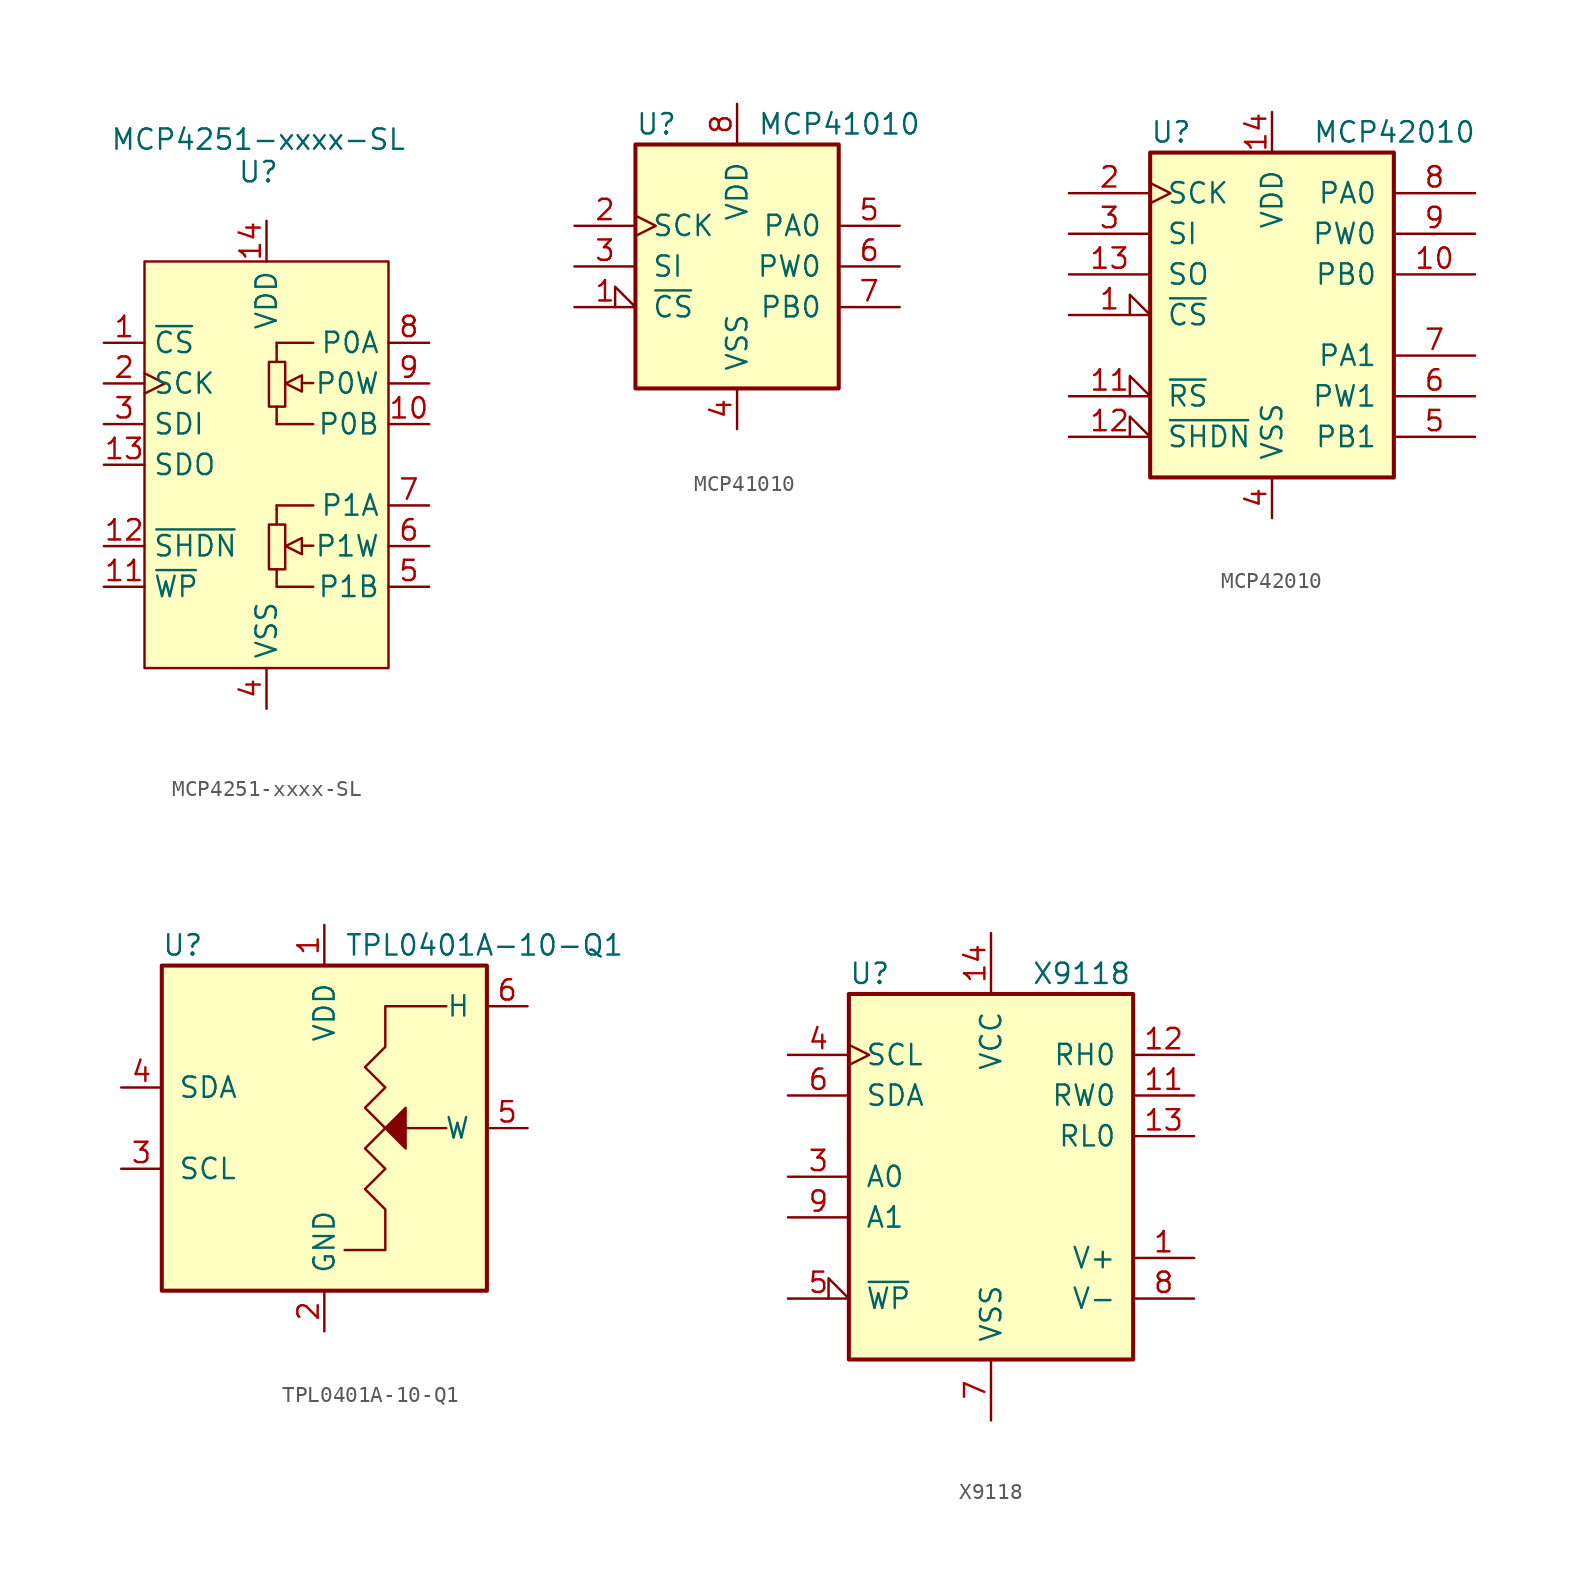
<source format=kicad_sym>
(kicad_symbol_lib
  (version 20220914)
  (generator kicad_symbol_editor)
  (symbol "MCP4251-xxxx-SL"
    (property "Reference" "U"
      (at -0.508 18.288 0)
      (effects (font (size 1.27 1.27))))
    (property "Value" "MCP4251-xxxx-SL"
      (at -0.508 20.32 0)
      (effects (font (size 1.27 1.27))))
    (symbol "MCP4251-xxxx-SL_1_1"
      (polyline (pts (xy 0.635 -7.366) (xy 0.635 -6.528)) (stroke (width 0) (type default)) (fill (type none)))
      (polyline (pts (xy 0.635 -2.769) (xy 0.635 -3.708)) (stroke (width 0) (type default)) (fill (type none)))
      (polyline (pts (xy 0.635 2.794) (xy 0.635 3.632)) (stroke (width 0) (type default)) (fill (type none)))
      (polyline (pts (xy 0.635 7.391) (xy 0.635 6.452)) (stroke (width 0) (type default)) (fill (type none)))
      (polyline (pts (xy 2.21 -5.055) (xy 2.921 -5.055)) (stroke (width 0) (type default)) (fill (type none)))
      (polyline (pts (xy 2.21 5.105) (xy 2.921 5.105)) (stroke (width 0) (type default)) (fill (type none)))
      (polyline (pts (xy 0.635 -7.62) (xy 0.635 -7.366) (xy 0.635 -7.366)) (stroke (width 0) (type default)) (fill (type background)))
      (polyline (pts (xy 0.635 -7.62) (xy 2.921 -7.62) (xy 2.921 -7.62)) (stroke (width 0) (type default)) (fill (type background)))
      (polyline (pts (xy 0.635 -2.54) (xy 0.635 -2.794) (xy 0.635 -2.794)) (stroke (width 0) (type default)) (fill (type none)))
      (polyline (pts (xy 0.635 -2.54) (xy 2.921 -2.54) (xy 2.921 -2.54)) (stroke (width 0) (type default)) (fill (type background)))
      (polyline (pts (xy 0.635 2.54) (xy 0.635 2.794) (xy 0.635 2.794)) (stroke (width 0) (type default)) (fill (type background)))
      (polyline (pts (xy 0.635 2.54) (xy 2.921 2.54) (xy 2.921 2.54)) (stroke (width 0) (type default)) (fill (type background)))
      (polyline (pts (xy 0.635 7.62) (xy 0.635 7.366) (xy 0.635 7.366)) (stroke (width 0) (type default)) (fill (type none)))
      (polyline (pts (xy 0.635 7.62) (xy 2.921 7.62) (xy 2.921 7.62)) (stroke (width 0) (type default)) (fill (type background)))
      (polyline (pts (xy 2.21 -4.572) (xy 2.21 -5.588) (xy 1.194 -5.08) (xy 2.21 -4.572) (xy 2.21 -4.572)) (stroke (width 0) (type default)) (fill (type background)))
      (polyline (pts (xy 2.21 5.588) (xy 2.21 4.572) (xy 1.194 5.08) (xy 2.21 5.588) (xy 2.21 5.588)) (stroke (width 0) (type default)) (fill (type background)))
      (polyline (pts (xy 0 12.7) (xy 7.62 12.7) (xy 7.62 0) (xy 7.62 -12.7) (xy -7.62 -12.7) (xy -7.62 12.7) (xy 0 12.7)) (stroke (width 0) (type default)) (fill (type background)))
      (rectangle (start 0.152 -3.734) (end 1.168 -6.528) (stroke (width 0) (type default)) (fill (type none)))
      (rectangle (start 0.152 6.426) (end 1.168 3.632) (stroke (width 0) (type default)) (fill (type none)))
      (pin input line (at -10.16 7.62 0) (length 2.54) (name "~{CS}" (effects (font (size 1.27 1.27)))) (number "1" (effects (font (size 1.27 1.27)))))
      (pin passive line (at 10.16 2.54 180) (length 2.54) (name "P0B" (effects (font (size 1.27 1.27)))) (number "10" (effects (font (size 1.27 1.27)))))
      (pin input line (at -10.16 -7.62 0) (length 2.54) (name "~{WP}" (effects (font (size 1.27 1.27)))) (number "11" (effects (font (size 1.27 1.27)))))
      (pin input line (at -10.16 -5.08 0) (length 2.54) (name "~{SHDN}" (effects (font (size 1.27 1.27)))) (number "12" (effects (font (size 1.27 1.27)))))
      (pin output line (at -10.16 0 0) (length 2.54) (name "SDO" (effects (font (size 1.27 1.27)))) (number "13" (effects (font (size 1.27 1.27)))))
      (pin power_in line (at 0 15.24 270) (length 2.54) (name "VDD" (effects (font (size 1.27 1.27)))) (number "14" (effects (font (size 1.27 1.27)))))
      (pin input clock (at -10.16 5.08 0) (length 2.54) (name "SCK" (effects (font (size 1.27 1.27)))) (number "2" (effects (font (size 1.27 1.27)))))
      (pin input line (at -10.16 2.54 0) (length 2.54) (name "SDI" (effects (font (size 1.27 1.27)))) (number "3" (effects (font (size 1.27 1.27)))))
      (pin power_in line (at 0 -15.24 90) (length 2.54) (name "VSS" (effects (font (size 1.27 1.27)))) (number "4" (effects (font (size 1.27 1.27)))))
      (pin passive line (at 10.16 -7.62 180) (length 2.54) (name "P1B" (effects (font (size 1.27 1.27)))) (number "5" (effects (font (size 1.27 1.27)))))
      (pin passive line (at 10.16 -5.08 180) (length 2.54) (name "P1W" (effects (font (size 1.27 1.27)))) (number "6" (effects (font (size 1.27 1.27)))))
      (pin passive line (at 10.16 -2.54 180) (length 2.54) (name "P1A" (effects (font (size 1.27 1.27)))) (number "7" (effects (font (size 1.27 1.27)))))
      (pin passive line (at 10.16 7.62 180) (length 2.54) (name "P0A" (effects (font (size 1.27 1.27)))) (number "8" (effects (font (size 1.27 1.27)))))
      (pin passive line (at 10.16 5.08 180) (length 2.54) (name "P0W" (effects (font (size 1.27 1.27)))) (number "9" (effects (font (size 1.27 1.27)))))))
  (symbol "MCP41010"
    (pin_names
      (offset 1.016))
    (property "Reference" "U"
      (at -6.35 8.89 0)
      (effects (font (size 1.27 1.27)) (justify left)))
    (property "Value" "MCP41010"
      (at 1.27 8.89 0)
      (effects (font (size 1.27 1.27)) (justify left)))
    (symbol "MCP41010_0_1"
      (rectangle (start -6.35 7.62) (end 6.35 -7.62) (stroke (width 0.254) (type default)) (fill (type background))))
    (symbol "MCP41010_1_1"
      (pin input input_low (at -10.16 -2.54 0) (length 3.81) (name "~{CS}" (effects (font (size 1.27 1.27)))) (number "1" (effects (font (size 1.27 1.27)))))
      (pin passive clock (at -10.16 2.54 0) (length 3.81) (name "SCK" (effects (font (size 1.27 1.27)))) (number "2" (effects (font (size 1.27 1.27)))))
      (pin input line (at -10.16 0 0) (length 3.81) (name "SI" (effects (font (size 1.27 1.27)))) (number "3" (effects (font (size 1.27 1.27)))))
      (pin power_in line (at 0 -10.16 90) (length 2.54) (name "VSS" (effects (font (size 1.27 1.27)))) (number "4" (effects (font (size 1.27 1.27)))))
      (pin passive line (at 10.16 2.54 180) (length 3.81) (name "PA0" (effects (font (size 1.27 1.27)))) (number "5" (effects (font (size 1.27 1.27)))))
      (pin passive line (at 10.16 0 180) (length 3.81) (name "PW0" (effects (font (size 1.27 1.27)))) (number "6" (effects (font (size 1.27 1.27)))))
      (pin passive line (at 10.16 -2.54 180) (length 3.81) (name "PB0" (effects (font (size 1.27 1.27)))) (number "7" (effects (font (size 1.27 1.27)))))
      (pin power_in line (at 0 10.16 270) (length 2.54) (name "VDD" (effects (font (size 1.27 1.27)))) (number "8" (effects (font (size 1.27 1.27)))))))
  (symbol "MCP42010"
    (pin_names
      (offset 1.016))
    (property "Reference" "U"
      (at -7.62 11.43 0)
      (effects (font (size 1.27 1.27)) (justify left)))
    (property "Value" "MCP42010"
      (at 2.54 11.43 0)
      (effects (font (size 1.27 1.27)) (justify left)))
    (symbol "MCP42010_0_1"
      (rectangle (start -7.62 10.16) (end 7.62 -10.16) (stroke (width 0.254) (type default)) (fill (type background))))
    (symbol "MCP42010_1_1"
      (pin input input_low (at -12.7 0 0) (length 5.08) (name "~{CS}" (effects (font (size 1.27 1.27)))) (number "1" (effects (font (size 1.27 1.27)))))
      (pin passive line (at 12.7 2.54 180) (length 5.08) (name "PB0" (effects (font (size 1.27 1.27)))) (number "10" (effects (font (size 1.27 1.27)))))
      (pin input input_low (at -12.7 -5.08 0) (length 5.08) (name "~{RS}" (effects (font (size 1.27 1.27)))) (number "11" (effects (font (size 1.27 1.27)))))
      (pin input input_low (at -12.7 -7.62 0) (length 5.08) (name "~{SHDN}" (effects (font (size 1.27 1.27)))) (number "12" (effects (font (size 1.27 1.27)))))
      (pin output line (at -12.7 2.54 0) (length 5.08) (name "SO" (effects (font (size 1.27 1.27)))) (number "13" (effects (font (size 1.27 1.27)))))
      (pin power_in line (at 0 12.7 270) (length 2.54) (name "VDD" (effects (font (size 1.27 1.27)))) (number "14" (effects (font (size 1.27 1.27)))))
      (pin input clock (at -12.7 7.62 0) (length 5.08) (name "SCK" (effects (font (size 1.27 1.27)))) (number "2" (effects (font (size 1.27 1.27)))))
      (pin input line (at -12.7 5.08 0) (length 5.08) (name "SI" (effects (font (size 1.27 1.27)))) (number "3" (effects (font (size 1.27 1.27)))))
      (pin power_in line (at 0 -12.7 90) (length 2.54) (name "VSS" (effects (font (size 1.27 1.27)))) (number "4" (effects (font (size 1.27 1.27)))))
      (pin passive line (at 12.7 -7.62 180) (length 5.08) (name "PB1" (effects (font (size 1.27 1.27)))) (number "5" (effects (font (size 1.27 1.27)))))
      (pin passive line (at 12.7 -5.08 180) (length 5.08) (name "PW1" (effects (font (size 1.27 1.27)))) (number "6" (effects (font (size 1.27 1.27)))))
      (pin passive line (at 12.7 -2.54 180) (length 5.08) (name "PA1" (effects (font (size 1.27 1.27)))) (number "7" (effects (font (size 1.27 1.27)))))
      (pin passive line (at 12.7 7.62 180) (length 5.08) (name "PA0" (effects (font (size 1.27 1.27)))) (number "8" (effects (font (size 1.27 1.27)))))
      (pin passive line (at 12.7 5.08 180) (length 5.08) (name "PW0" (effects (font (size 1.27 1.27)))) (number "9" (effects (font (size 1.27 1.27)))))))
  (symbol "TPL0401A-10-Q1"
    (pin_names
      (offset 1.016))
    (property "Reference" "U"
      (at -10.16 11.43 0)
      (effects (font (size 1.27 1.27)) (justify left)))
    (property "Value" "TPL0401A-10-Q1"
      (at 1.27 11.43 0)
      (effects (font (size 1.27 1.27)) (justify left)))
    (symbol "TPL0401A-10-Q1_0_1"
      (polyline (pts (xy 7.62 0) (xy 5.08 0)) (stroke (width 0) (type default)) (fill (type none)))
      (polyline (pts (xy 5.08 -1.27) (xy 5.08 1.27) (xy 3.81 0) (xy 5.08 -1.27) (xy 5.08 -1.27)) (stroke (width 0) (type default)) (fill (type outline)))
      (polyline (pts (xy 7.62 7.62) (xy 3.81 7.62) (xy 3.81 5.08) (xy 2.54 3.81) (xy 3.81 2.54) (xy 2.54 1.27) (xy 3.81 0) (xy 2.54 -1.27) (xy 3.81 -2.54) (xy 2.54 -3.81) (xy 3.81 -5.08) (xy 3.81 -7.62) (xy 1.27 -7.62)) (stroke (width 0) (type default)) (fill (type none))))
    (symbol "TPL0401A-10-Q1_1_1"
      (rectangle (start -10.16 10.16) (end 10.16 -10.16) (stroke (width 0.254) (type default)) (fill (type background)))
      (pin power_in line (at 0 12.7 270) (length 2.54) (name "VDD" (effects (font (size 1.27 1.27)))) (number "1" (effects (font (size 1.27 1.27)))))
      (pin power_in line (at 0 -12.7 90) (length 2.54) (name "GND" (effects (font (size 1.27 1.27)))) (number "2" (effects (font (size 1.27 1.27)))))
      (pin input line (at -12.7 -2.54 0) (length 2.54) (name "SCL" (effects (font (size 1.27 1.27)))) (number "3" (effects (font (size 1.27 1.27)))))
      (pin bidirectional line (at -12.7 2.54 0) (length 2.54) (name "SDA" (effects (font (size 1.27 1.27)))) (number "4" (effects (font (size 1.27 1.27)))))
      (pin passive line (at 12.7 0 180) (length 2.54) (name "W" (effects (font (size 1.27 1.27)))) (number "5" (effects (font (size 1.27 1.27)))))
      (pin passive line (at 12.7 7.62 180) (length 2.54) (name "H" (effects (font (size 1.27 1.27)))) (number "6" (effects (font (size 1.27 1.27)))))))
  (symbol "X9118"
    (pin_names
      (offset 1.016))
    (property "Reference" "U"
      (at -8.89 12.7 0)
      (effects (font (size 1.27 1.27)) (justify left)))
    (property "Value" "X9118"
      (at 2.54 12.7 0)
      (effects (font (size 1.27 1.27)) (justify left)))
    (symbol "X9118_0_0"
      (pin passive line (at 12.7 -5.08 180) (length 3.81) (name "V+" (effects (font (size 1.27 1.27)))) (number "1" (effects (font (size 1.27 1.27)))))
      (pin power_in line (at 0 15.24 270) (length 3.81) (name "VCC" (effects (font (size 1.27 1.27)))) (number "14" (effects (font (size 1.27 1.27)))))
      (pin input line (at -12.7 0 0) (length 3.81) (name "A0" (effects (font (size 1.27 1.27)))) (number "3" (effects (font (size 1.27 1.27)))))
      (pin input clock (at -12.7 7.62 0) (length 3.81) (name "SCL" (effects (font (size 1.27 1.27)))) (number "4" (effects (font (size 1.27 1.27)))))
      (pin bidirectional line (at -12.7 5.08 0) (length 3.81) (name "SDA" (effects (font (size 1.27 1.27)))) (number "6" (effects (font (size 1.27 1.27)))))
      (pin power_in line (at 0 -15.24 90) (length 3.81) (name "VSS" (effects (font (size 1.27 1.27)))) (number "7" (effects (font (size 1.27 1.27)))))
      (pin passive line (at 12.7 -7.62 180) (length 3.81) (name "V-" (effects (font (size 1.27 1.27)))) (number "8" (effects (font (size 1.27 1.27)))))
      (pin input line (at -12.7 -2.54 0) (length 3.81) (name "A1" (effects (font (size 1.27 1.27)))) (number "9" (effects (font (size 1.27 1.27))))))
    (symbol "X9118_0_1"
      (rectangle (start -8.89 11.43) (end 8.89 -11.43) (stroke (width 0.254) (type default)) (fill (type background))))
    (symbol "X9118_1_1"
      (pin passive line (at 12.7 5.08 180) (length 3.81) (name "RW0" (effects (font (size 1.27 1.27)))) (number "11" (effects (font (size 1.27 1.27)))))
      (pin passive line (at 12.7 7.62 180) (length 3.81) (name "RH0" (effects (font (size 1.27 1.27)))) (number "12" (effects (font (size 1.27 1.27)))))
      (pin passive line (at 12.7 2.54 180) (length 3.81) (name "RL0" (effects (font (size 1.27 1.27)))) (number "13" (effects (font (size 1.27 1.27)))))
      (pin input input_low (at -12.7 -7.62 0) (length 3.81) (name "~{WP}" (effects (font (size 1.27 1.27)))) (number "5" (effects (font (size 1.27 1.27))))))))
</source>
